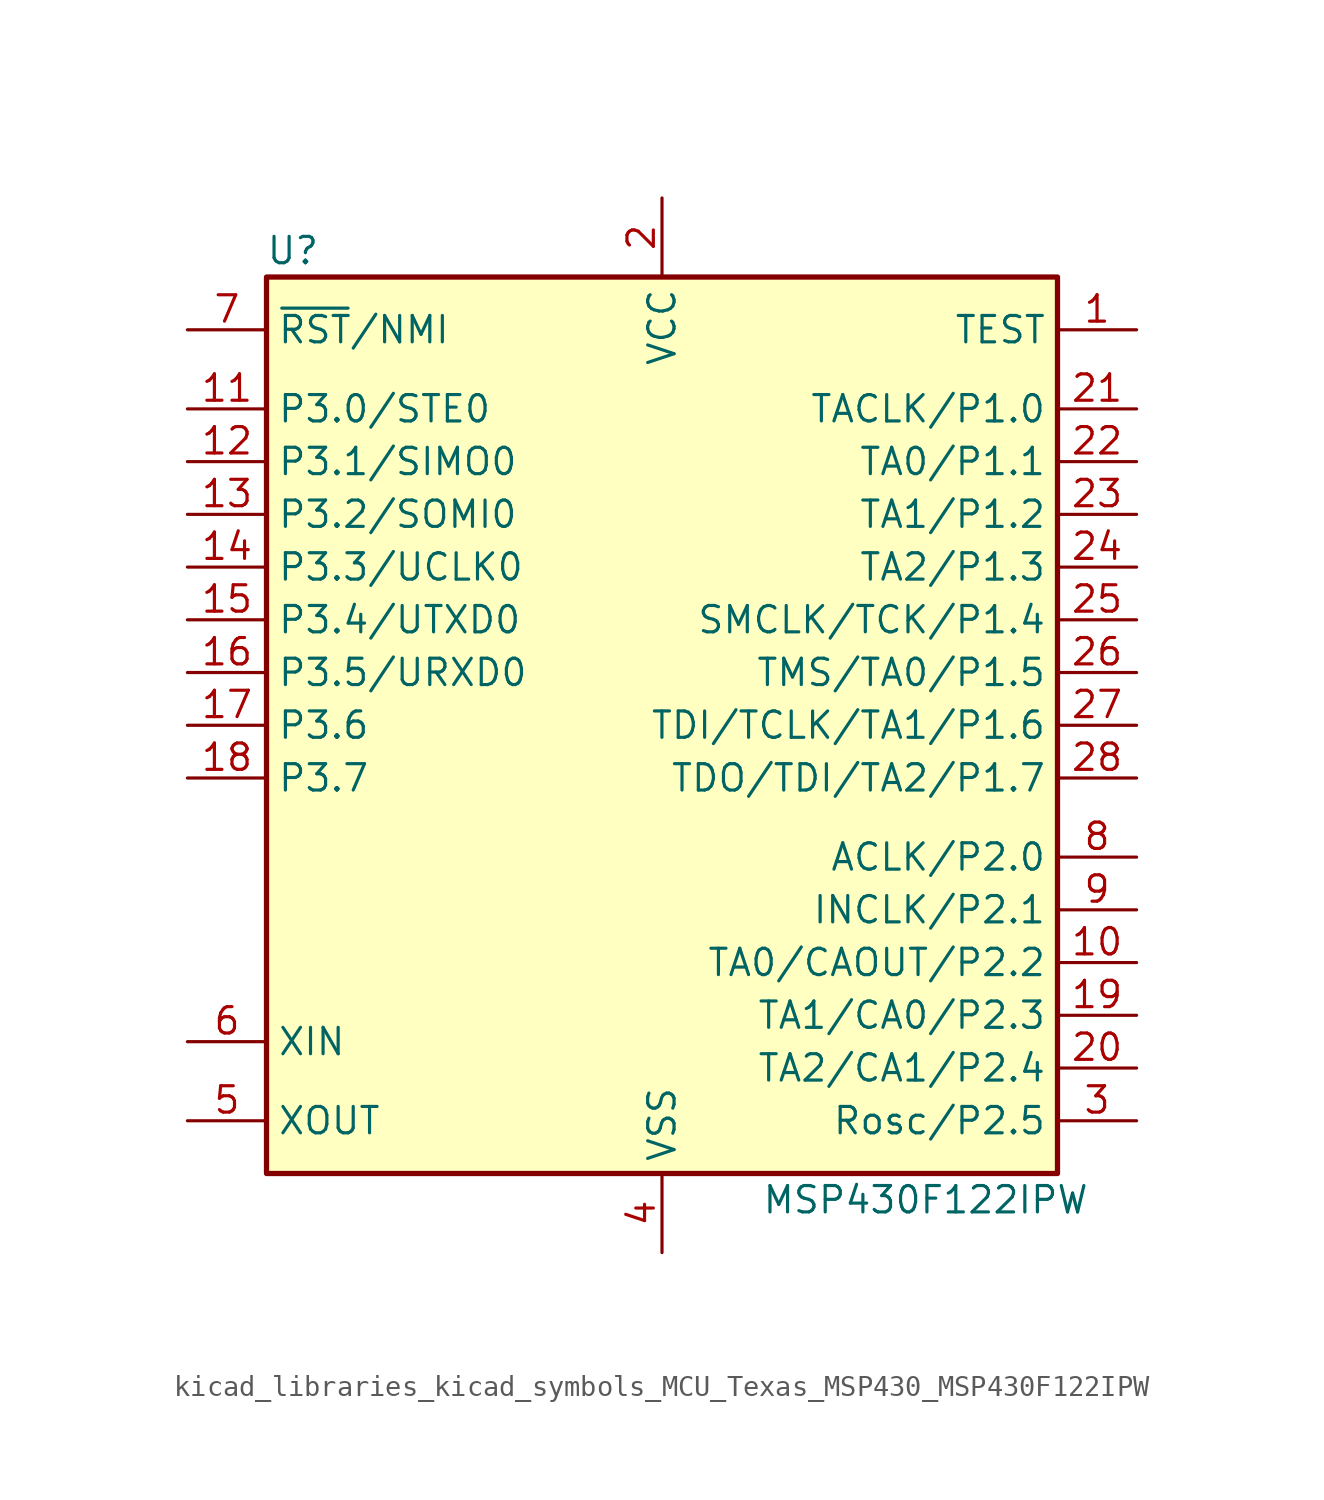
<source format=kicad_sym>
(kicad_symbol_lib
  (version 20220914)
  (generator kicad_symbol_editor)
  (symbol "kicad_libraries_kicad_symbols_MCU_Texas_MSP430_MSP430F122IPW"
    (property "Reference" "U"
      (at -17.78 22.86 0)
      (effects (font (size 1.27 1.27))))
    (property "Value" "MSP430F122IPW"
      (at 12.7 -22.86 0)
      (effects (font (size 1.27 1.27))))
    (symbol "kicad_libraries_kicad_symbols_MCU_Texas_MSP430_MSP430F122IPW_0_1"
      (rectangle (start -19.05 21.59) (end 19.05 -21.59) (stroke (width 0.254) (type default)) (fill (type background))))
    (symbol "kicad_libraries_kicad_symbols_MCU_Texas_MSP430_MSP430F122IPW_1_1"
      (pin input line (at 22.86 19.05 180) (length 3.81) (name "TEST" (effects (font (size 1.27 1.27)))) (number "1" (effects (font (size 1.27 1.27)))))
      (pin bidirectional line (at 22.86 -11.43 180) (length 3.81) (name "TA0/CAOUT/P2.2" (effects (font (size 1.27 1.27)))) (number "10" (effects (font (size 1.27 1.27)))))
      (pin bidirectional line (at -22.86 15.24 0) (length 3.81) (name "P3.0/STE0" (effects (font (size 1.27 1.27)))) (number "11" (effects (font (size 1.27 1.27)))))
      (pin bidirectional line (at -22.86 12.7 0) (length 3.81) (name "P3.1/SIMO0" (effects (font (size 1.27 1.27)))) (number "12" (effects (font (size 1.27 1.27)))))
      (pin bidirectional line (at -22.86 10.16 0) (length 3.81) (name "P3.2/SOMI0" (effects (font (size 1.27 1.27)))) (number "13" (effects (font (size 1.27 1.27)))))
      (pin bidirectional line (at -22.86 7.62 0) (length 3.81) (name "P3.3/UCLK0" (effects (font (size 1.27 1.27)))) (number "14" (effects (font (size 1.27 1.27)))))
      (pin bidirectional line (at -22.86 5.08 0) (length 3.81) (name "P3.4/UTXD0" (effects (font (size 1.27 1.27)))) (number "15" (effects (font (size 1.27 1.27)))))
      (pin bidirectional line (at -22.86 2.54 0) (length 3.81) (name "P3.5/URXD0" (effects (font (size 1.27 1.27)))) (number "16" (effects (font (size 1.27 1.27)))))
      (pin bidirectional line (at -22.86 0 0) (length 3.81) (name "P3.6" (effects (font (size 1.27 1.27)))) (number "17" (effects (font (size 1.27 1.27)))))
      (pin bidirectional line (at -22.86 -2.54 0) (length 3.81) (name "P3.7" (effects (font (size 1.27 1.27)))) (number "18" (effects (font (size 1.27 1.27)))))
      (pin bidirectional line (at 22.86 -13.97 180) (length 3.81) (name "TA1/CA0/P2.3" (effects (font (size 1.27 1.27)))) (number "19" (effects (font (size 1.27 1.27)))))
      (pin power_in line (at 0 25.4 270) (length 3.81) (name "VCC" (effects (font (size 1.27 1.27)))) (number "2" (effects (font (size 1.27 1.27)))))
      (pin bidirectional line (at 22.86 -16.51 180) (length 3.81) (name "TA2/CA1/P2.4" (effects (font (size 1.27 1.27)))) (number "20" (effects (font (size 1.27 1.27)))))
      (pin bidirectional line (at 22.86 15.24 180) (length 3.81) (name "TACLK/P1.0" (effects (font (size 1.27 1.27)))) (number "21" (effects (font (size 1.27 1.27)))))
      (pin bidirectional line (at 22.86 12.7 180) (length 3.81) (name "TA0/P1.1" (effects (font (size 1.27 1.27)))) (number "22" (effects (font (size 1.27 1.27)))))
      (pin bidirectional line (at 22.86 10.16 180) (length 3.81) (name "TA1/P1.2" (effects (font (size 1.27 1.27)))) (number "23" (effects (font (size 1.27 1.27)))))
      (pin bidirectional line (at 22.86 7.62 180) (length 3.81) (name "TA2/P1.3" (effects (font (size 1.27 1.27)))) (number "24" (effects (font (size 1.27 1.27)))))
      (pin bidirectional line (at 22.86 5.08 180) (length 3.81) (name "SMCLK/TCK/P1.4" (effects (font (size 1.27 1.27)))) (number "25" (effects (font (size 1.27 1.27)))))
      (pin bidirectional line (at 22.86 2.54 180) (length 3.81) (name "TMS/TA0/P1.5" (effects (font (size 1.27 1.27)))) (number "26" (effects (font (size 1.27 1.27)))))
      (pin bidirectional line (at 22.86 0 180) (length 3.81) (name "TDI/TCLK/TA1/P1.6" (effects (font (size 1.27 1.27)))) (number "27" (effects (font (size 1.27 1.27)))))
      (pin bidirectional line (at 22.86 -2.54 180) (length 3.81) (name "TDO/TDI/TA2/P1.7" (effects (font (size 1.27 1.27)))) (number "28" (effects (font (size 1.27 1.27)))))
      (pin bidirectional line (at 22.86 -19.05 180) (length 3.81) (name "Rosc/P2.5" (effects (font (size 1.27 1.27)))) (number "3" (effects (font (size 1.27 1.27)))))
      (pin power_in line (at 0 -25.4 90) (length 3.81) (name "VSS" (effects (font (size 1.27 1.27)))) (number "4" (effects (font (size 1.27 1.27)))))
      (pin output line (at -22.86 -19.05 0) (length 3.81) (name "XOUT" (effects (font (size 1.27 1.27)))) (number "5" (effects (font (size 1.27 1.27)))))
      (pin input line (at -22.86 -15.24 0) (length 3.81) (name "XIN" (effects (font (size 1.27 1.27)))) (number "6" (effects (font (size 1.27 1.27)))))
      (pin input line (at -22.86 19.05 0) (length 3.81) (name "~{RST}/NMI" (effects (font (size 1.27 1.27)))) (number "7" (effects (font (size 1.27 1.27)))))
      (pin bidirectional line (at 22.86 -6.35 180) (length 3.81) (name "ACLK/P2.0" (effects (font (size 1.27 1.27)))) (number "8" (effects (font (size 1.27 1.27)))))
      (pin bidirectional line (at 22.86 -8.89 180) (length 3.81) (name "INCLK/P2.1" (effects (font (size 1.27 1.27)))) (number "9" (effects (font (size 1.27 1.27))))))))
</source>
